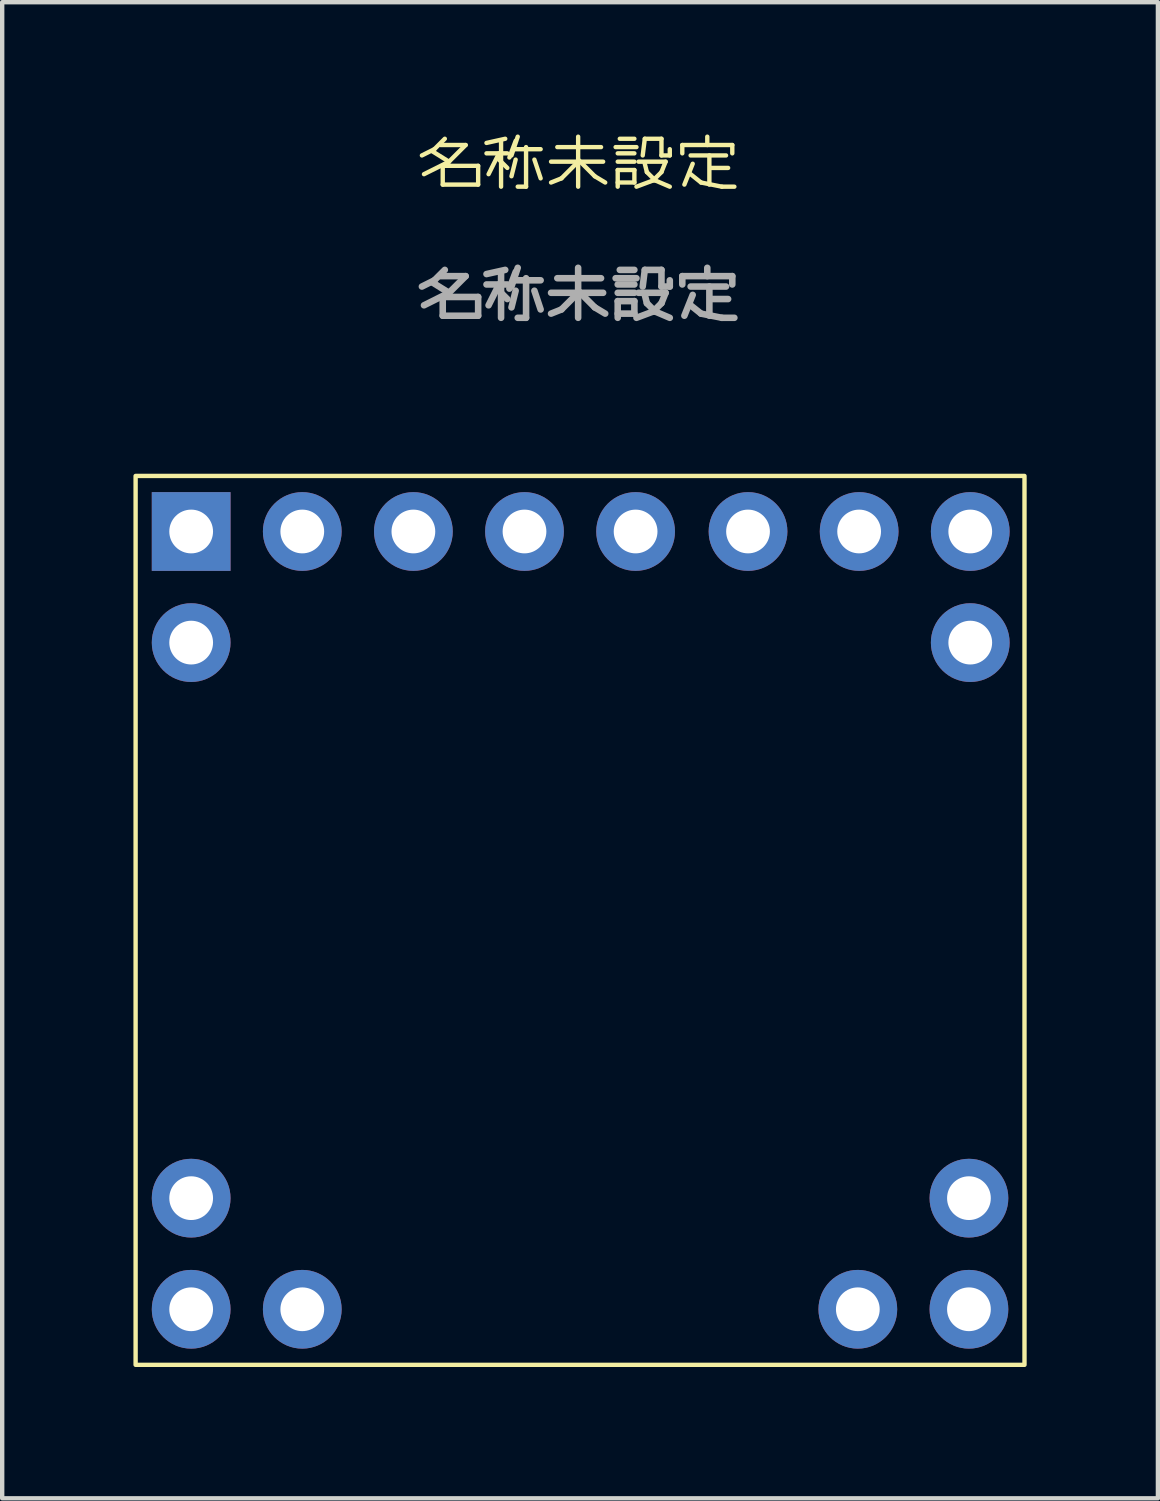
<source format=kicad_pcb>
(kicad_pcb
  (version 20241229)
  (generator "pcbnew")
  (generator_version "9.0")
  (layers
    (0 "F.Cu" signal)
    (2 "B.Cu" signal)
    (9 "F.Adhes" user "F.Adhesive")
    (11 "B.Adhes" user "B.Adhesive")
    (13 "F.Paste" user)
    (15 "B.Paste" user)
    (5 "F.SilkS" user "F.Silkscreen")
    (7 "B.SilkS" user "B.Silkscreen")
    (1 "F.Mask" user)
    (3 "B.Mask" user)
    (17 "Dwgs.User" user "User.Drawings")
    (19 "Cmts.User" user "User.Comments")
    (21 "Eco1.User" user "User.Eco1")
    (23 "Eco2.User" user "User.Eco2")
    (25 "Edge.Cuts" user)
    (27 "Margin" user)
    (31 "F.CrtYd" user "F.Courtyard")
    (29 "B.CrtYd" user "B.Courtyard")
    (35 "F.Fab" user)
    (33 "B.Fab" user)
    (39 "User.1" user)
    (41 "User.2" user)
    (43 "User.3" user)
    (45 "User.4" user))
  (footprint "名称未設定"
    (layer "F.Cu")
    (at 10.19 1.26)
    (property "Reference" "名称未設定" (at 0 -0.5 0) (unlocked yes) (layer "F.SilkS") (effects (font (size 1 1) (thickness 0.1))))
    (attr smd)
    (fp_rect (start -10.14 6.57) (end 10.18 26.89) (stroke (width 0.1) (type solid)) (fill no) (layer "F.SilkS"))
    (fp_text user "${REFERENCE}" (at 0 2.5 0) (unlocked yes) (layer "F.Fab") (effects (font (size 1 1) (thickness 0.15))))
    (pad "1" thru_hole rect (at -8.87 7.84) (size 1.8 1.8) (drill 1) (layers "*.Cu" "*.Mask"))
    (pad "2" thru_hole circle (at -6.33 7.84) (size 1.8 1.8) (drill 1) (layers "*.Cu" "*.Mask"))
    (pad "3" thru_hole circle (at -3.79 7.84) (size 1.8 1.8) (drill 1) (layers "*.Cu" "*.Mask"))
    (pad "4" thru_hole circle (at -1.25 7.84) (size 1.8 1.8) (drill 1) (layers "*.Cu" "*.Mask"))
    (pad "5" thru_hole circle (at 1.29 7.84) (size 1.8 1.8) (drill 1) (layers "*.Cu" "*.Mask"))
    (pad "6" thru_hole circle (at 3.86 7.84) (size 1.8 1.8) (drill 1) (layers "*.Cu" "*.Mask"))
    (pad "7" thru_hole circle (at 6.4 7.84) (size 1.8 1.8) (drill 1) (layers "*.Cu" "*.Mask"))
    (pad "8" thru_hole circle (at 8.94 7.84) (size 1.8 1.8) (drill 1) (layers "*.Cu" "*.Mask"))
    (pad "9" thru_hole circle (at 8.94 10.38) (size 1.8 1.8) (drill 1) (layers "*.Cu" "*.Mask"))
    (pad "10" thru_hole circle (at -8.87 10.38) (size 1.8 1.8) (drill 1) (layers "*.Cu" "*.Mask" "Eco1.User"))
    (pad "11" thru_hole circle (at -8.87 23.08 180) (size 1.8 1.8) (drill 1) (layers "*.Cu" "*.Mask" "Eco1.User"))
    (pad "12" thru_hole circle (at -8.87 25.62) (size 1.8 1.8) (drill 1) (layers "*.Cu" "*.Mask" "Eco1.User"))
    (pad "13" thru_hole circle (at -6.33 25.62 90) (size 1.8 1.8) (drill 1) (layers "*.Cu" "*.Mask" "Eco1.User"))
    (pad "14" thru_hole circle (at 8.91 23.08 180) (size 1.8 1.8) (drill 1) (layers "*.Cu" "*.Mask" "Eco1.User"))
    (pad "15" thru_hole circle (at 8.91 25.62 90) (size 1.8 1.8) (drill 1) (layers "*.Cu" "*.Mask" "Eco1.User"))
    (pad "16" thru_hole circle (at 6.37 25.62 270) (size 1.8 1.8) (drill 1) (layers "*.Cu" "*.Mask" "Eco1.User")))
  (gr_rect
    (start -3 -3)
    (end 23.42 31.201)
    (stroke (width 0.1) (type default))
    (fill no)
    (layer "Edge.Cuts")))
</source>
